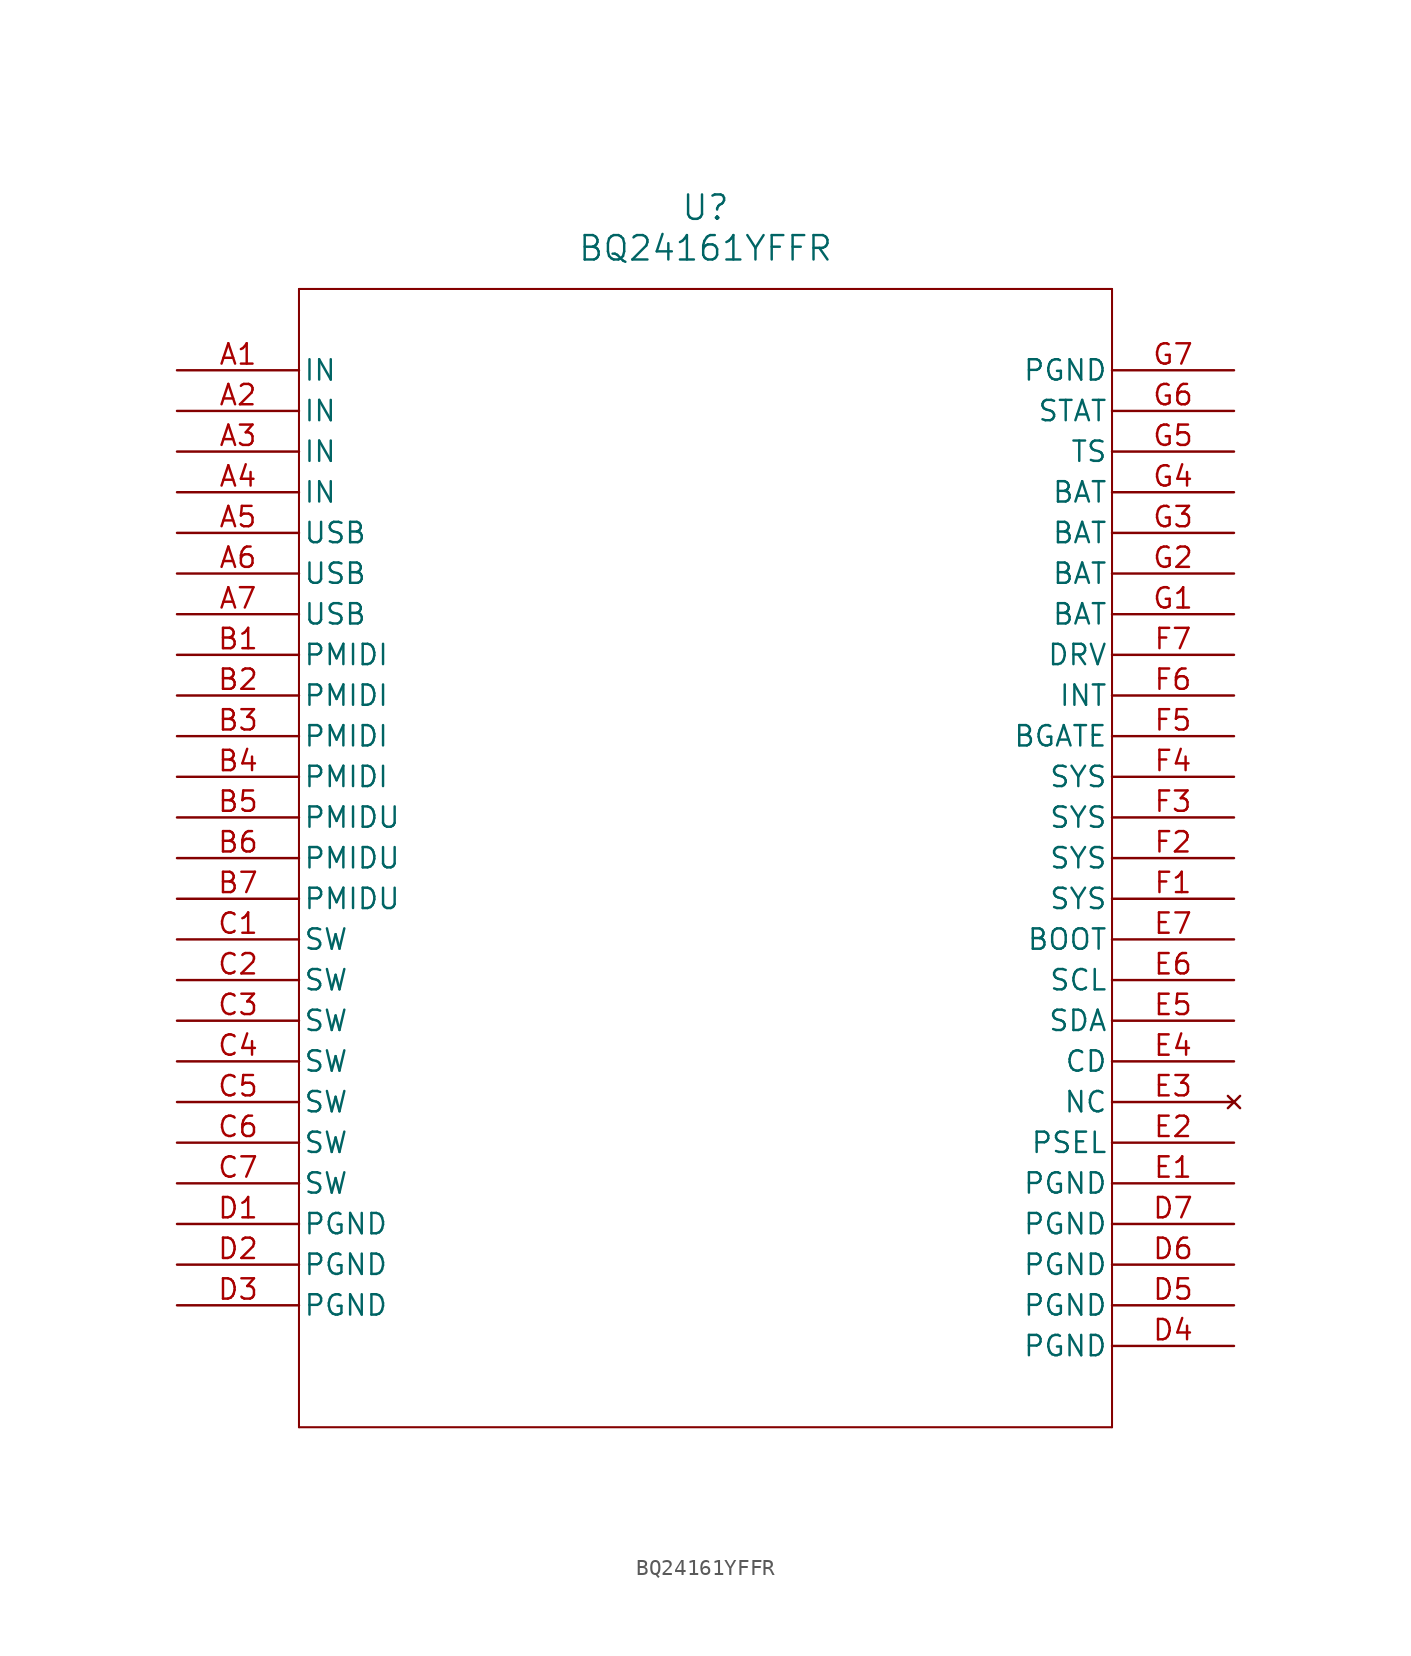
<source format=kicad_sym>
(kicad_symbol_lib
  (version 20211014)
  (generator kicad_symbol_editor)
  (symbol "BQ24161YFFR"
    (pin_names
      (offset 0.254))
    (property "Reference" "U"
      (at 33.02 10.16 0)
      (effects (font (size 1.524 1.524))))
    (property "Value" "BQ24161YFFR"
      (at 33.02 7.62 0)
      (effects (font (size 1.524 1.524))))
    (symbol "BQ24161YFFR_0_1"
      (polyline (pts (xy 7.62 5.08) (xy 7.62 -66.04)) (stroke (width 0.127) (type default) (color 0 0 0 0)) (fill (type none)))
      (polyline (pts (xy 7.62 -66.04) (xy 58.42 -66.04)) (stroke (width 0.127) (type default) (color 0 0 0 0)) (fill (type none)))
      (polyline (pts (xy 58.42 -66.04) (xy 58.42 5.08)) (stroke (width 0.127) (type default) (color 0 0 0 0)) (fill (type none)))
      (polyline (pts (xy 58.42 5.08) (xy 7.62 5.08)) (stroke (width 0.127) (type default) (color 0 0 0 0)) (fill (type none)))
      (pin input line (at 0 0 0) (length 7.62) (name "IN" (effects (font (size 1.27 1.27)))) (number "A1" (effects (font (size 1.27 1.27)))))
      (pin input line (at 0 -2.54 0) (length 7.62) (name "IN" (effects (font (size 1.27 1.27)))) (number "A2" (effects (font (size 1.27 1.27)))))
      (pin input line (at 0 -5.08 0) (length 7.62) (name "IN" (effects (font (size 1.27 1.27)))) (number "A3" (effects (font (size 1.27 1.27)))))
      (pin input line (at 0 -7.62 0) (length 7.62) (name "IN" (effects (font (size 1.27 1.27)))) (number "A4" (effects (font (size 1.27 1.27)))))
      (pin input line (at 0 -10.16 0) (length 7.62) (name "USB" (effects (font (size 1.27 1.27)))) (number "A5" (effects (font (size 1.27 1.27)))))
      (pin input line (at 0 -12.7 0) (length 7.62) (name "USB" (effects (font (size 1.27 1.27)))) (number "A6" (effects (font (size 1.27 1.27)))))
      (pin input line (at 0 -15.24 0) (length 7.62) (name "USB" (effects (font (size 1.27 1.27)))) (number "A7" (effects (font (size 1.27 1.27)))))
      (pin output line (at 0 -17.78 0) (length 7.62) (name "PMIDI" (effects (font (size 1.27 1.27)))) (number "B1" (effects (font (size 1.27 1.27)))))
      (pin output line (at 0 -20.32 0) (length 7.62) (name "PMIDI" (effects (font (size 1.27 1.27)))) (number "B2" (effects (font (size 1.27 1.27)))))
      (pin output line (at 0 -22.86 0) (length 7.62) (name "PMIDI" (effects (font (size 1.27 1.27)))) (number "B3" (effects (font (size 1.27 1.27)))))
      (pin output line (at 0 -25.4 0) (length 7.62) (name "PMIDI" (effects (font (size 1.27 1.27)))) (number "B4" (effects (font (size 1.27 1.27)))))
      (pin output line (at 0 -27.94 0) (length 7.62) (name "PMIDU" (effects (font (size 1.27 1.27)))) (number "B5" (effects (font (size 1.27 1.27)))))
      (pin output line (at 0 -30.48 0) (length 7.62) (name "PMIDU" (effects (font (size 1.27 1.27)))) (number "B6" (effects (font (size 1.27 1.27)))))
      (pin output line (at 0 -33.02 0) (length 7.62) (name "PMIDU" (effects (font (size 1.27 1.27)))) (number "B7" (effects (font (size 1.27 1.27)))))
      (pin output line (at 0 -35.56 0) (length 7.62) (name "SW" (effects (font (size 1.27 1.27)))) (number "C1" (effects (font (size 1.27 1.27)))))
      (pin output line (at 0 -38.1 0) (length 7.62) (name "SW" (effects (font (size 1.27 1.27)))) (number "C2" (effects (font (size 1.27 1.27)))))
      (pin output line (at 0 -40.64 0) (length 7.62) (name "SW" (effects (font (size 1.27 1.27)))) (number "C3" (effects (font (size 1.27 1.27)))))
      (pin output line (at 0 -43.18 0) (length 7.62) (name "SW" (effects (font (size 1.27 1.27)))) (number "C4" (effects (font (size 1.27 1.27)))))
      (pin output line (at 0 -45.72 0) (length 7.62) (name "SW" (effects (font (size 1.27 1.27)))) (number "C5" (effects (font (size 1.27 1.27)))))
      (pin output line (at 0 -48.26 0) (length 7.62) (name "SW" (effects (font (size 1.27 1.27)))) (number "C6" (effects (font (size 1.27 1.27)))))
      (pin output line (at 0 -50.8 0) (length 7.62) (name "SW" (effects (font (size 1.27 1.27)))) (number "C7" (effects (font (size 1.27 1.27)))))
      (pin power_in line (at 0 -53.34 0) (length 7.62) (name "PGND" (effects (font (size 1.27 1.27)))) (number "D1" (effects (font (size 1.27 1.27)))))
      (pin power_in line (at 0 -55.88 0) (length 7.62) (name "PGND" (effects (font (size 1.27 1.27)))) (number "D2" (effects (font (size 1.27 1.27)))))
      (pin power_in line (at 0 -58.42 0) (length 7.62) (name "PGND" (effects (font (size 1.27 1.27)))) (number "D3" (effects (font (size 1.27 1.27)))))
      (pin power_in line (at 66.04 -60.96 180) (length 7.62) (name "PGND" (effects (font (size 1.27 1.27)))) (number "D4" (effects (font (size 1.27 1.27)))))
      (pin power_in line (at 66.04 -58.42 180) (length 7.62) (name "PGND" (effects (font (size 1.27 1.27)))) (number "D5" (effects (font (size 1.27 1.27)))))
      (pin power_in line (at 66.04 -55.88 180) (length 7.62) (name "PGND" (effects (font (size 1.27 1.27)))) (number "D6" (effects (font (size 1.27 1.27)))))
      (pin power_in line (at 66.04 -53.34 180) (length 7.62) (name "PGND" (effects (font (size 1.27 1.27)))) (number "D7" (effects (font (size 1.27 1.27)))))
      (pin power_in line (at 66.04 -50.8 180) (length 7.62) (name "PGND" (effects (font (size 1.27 1.27)))) (number "E1" (effects (font (size 1.27 1.27)))))
      (pin input line (at 66.04 -48.26 180) (length 7.62) (name "PSEL" (effects (font (size 1.27 1.27)))) (number "E2" (effects (font (size 1.27 1.27)))))
      (pin no_connect line (at 66.04 -45.72 180) (length 7.62) (name "NC" (effects (font (size 1.27 1.27)))) (number "E3" (effects (font (size 1.27 1.27)))))
      (pin input line (at 66.04 -43.18 180) (length 7.62) (name "CD" (effects (font (size 1.27 1.27)))) (number "E4" (effects (font (size 1.27 1.27)))))
      (pin bidirectional line (at 66.04 -40.64 180) (length 7.62) (name "SDA" (effects (font (size 1.27 1.27)))) (number "E5" (effects (font (size 1.27 1.27)))))
      (pin input line (at 66.04 -38.1 180) (length 7.62) (name "SCL" (effects (font (size 1.27 1.27)))) (number "E6" (effects (font (size 1.27 1.27)))))
      (pin input line (at 66.04 -35.56 180) (length 7.62) (name "BOOT" (effects (font (size 1.27 1.27)))) (number "E7" (effects (font (size 1.27 1.27)))))
      (pin input line (at 66.04 -33.02 180) (length 7.62) (name "SYS" (effects (font (size 1.27 1.27)))) (number "F1" (effects (font (size 1.27 1.27)))))
      (pin input line (at 66.04 -30.48 180) (length 7.62) (name "SYS" (effects (font (size 1.27 1.27)))) (number "F2" (effects (font (size 1.27 1.27)))))
      (pin input line (at 66.04 -27.94 180) (length 7.62) (name "SYS" (effects (font (size 1.27 1.27)))) (number "F3" (effects (font (size 1.27 1.27)))))
      (pin input line (at 66.04 -25.4 180) (length 7.62) (name "SYS" (effects (font (size 1.27 1.27)))) (number "F4" (effects (font (size 1.27 1.27)))))
      (pin output line (at 66.04 -22.86 180) (length 7.62) (name "BGATE" (effects (font (size 1.27 1.27)))) (number "F5" (effects (font (size 1.27 1.27)))))
      (pin output line (at 66.04 -20.32 180) (length 7.62) (name "INT" (effects (font (size 1.27 1.27)))) (number "F6" (effects (font (size 1.27 1.27)))))
      (pin output line (at 66.04 -17.78 180) (length 7.62) (name "DRV" (effects (font (size 1.27 1.27)))) (number "F7" (effects (font (size 1.27 1.27)))))
      (pin bidirectional line (at 66.04 -15.24 180) (length 7.62) (name "BAT" (effects (font (size 1.27 1.27)))) (number "G1" (effects (font (size 1.27 1.27)))))
      (pin bidirectional line (at 66.04 -12.7 180) (length 7.62) (name "BAT" (effects (font (size 1.27 1.27)))) (number "G2" (effects (font (size 1.27 1.27)))))
      (pin bidirectional line (at 66.04 -10.16 180) (length 7.62) (name "BAT" (effects (font (size 1.27 1.27)))) (number "G3" (effects (font (size 1.27 1.27)))))
      (pin bidirectional line (at 66.04 -7.62 180) (length 7.62) (name "BAT" (effects (font (size 1.27 1.27)))) (number "G4" (effects (font (size 1.27 1.27)))))
      (pin input line (at 66.04 -5.08 180) (length 7.62) (name "TS" (effects (font (size 1.27 1.27)))) (number "G5" (effects (font (size 1.27 1.27)))))
      (pin output line (at 66.04 -2.54 180) (length 7.62) (name "STAT" (effects (font (size 1.27 1.27)))) (number "G6" (effects (font (size 1.27 1.27)))))
      (pin power_in line (at 66.04 0 180) (length 7.62) (name "PGND" (effects (font (size 1.27 1.27)))) (number "G7" (effects (font (size 1.27 1.27))))))))
</source>
